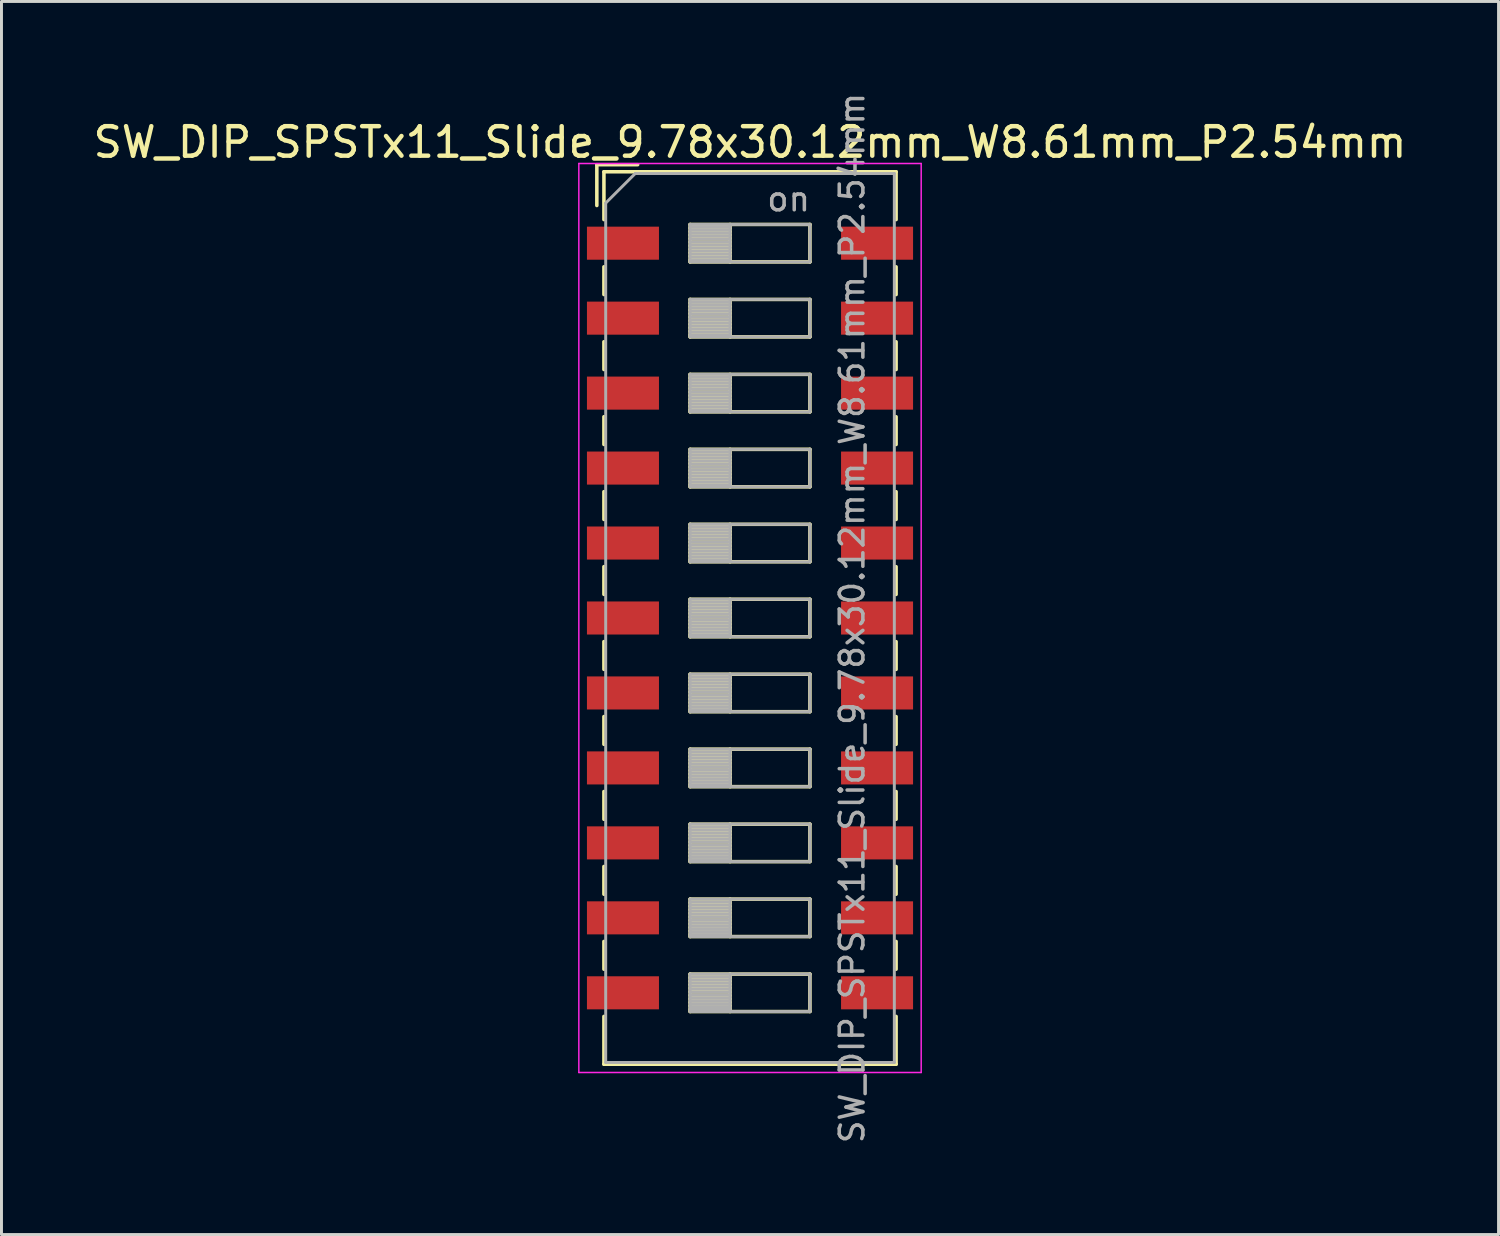
<source format=kicad_pcb>
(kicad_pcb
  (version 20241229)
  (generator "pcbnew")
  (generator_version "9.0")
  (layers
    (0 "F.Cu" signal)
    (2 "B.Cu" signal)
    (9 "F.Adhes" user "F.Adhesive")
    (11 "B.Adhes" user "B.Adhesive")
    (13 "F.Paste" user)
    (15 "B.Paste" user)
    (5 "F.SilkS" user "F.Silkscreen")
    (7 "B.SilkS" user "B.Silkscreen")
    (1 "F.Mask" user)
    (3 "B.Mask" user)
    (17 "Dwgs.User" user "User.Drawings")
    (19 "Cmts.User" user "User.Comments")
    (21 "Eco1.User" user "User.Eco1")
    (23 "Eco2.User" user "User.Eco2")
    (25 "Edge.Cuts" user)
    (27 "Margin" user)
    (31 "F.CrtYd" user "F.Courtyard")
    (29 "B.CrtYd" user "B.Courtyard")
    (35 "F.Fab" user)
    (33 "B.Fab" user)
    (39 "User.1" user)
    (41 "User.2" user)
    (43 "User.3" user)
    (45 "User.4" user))
  (footprint "SW_DIP_SPSTx11_Slide_9.78x30.12mm_W8.61mm_P2.54mm"
    (layer "F.Cu")
    (at 22.363 17.89)
    (property "Reference" "SW_DIP_SPSTx11_Slide_9.78x30.12mm_W8.61mm_P2.54mm" (at 0 -16.12 0) (layer "F.SilkS") (effects (font (size 1 1) (thickness 0.15))))
    (attr smd)
    (fp_line (start -5.19 -15.36) (end -5.19 -13.977) (stroke (width 0.12) (type solid)) (layer "F.SilkS"))
    (fp_line (start -5.19 -15.36) (end -3.806 -15.36) (stroke (width 0.12) (type solid)) (layer "F.SilkS"))
    (fp_line (start -4.95 -15.12) (end -4.95 -13.5) (stroke (width 0.12) (type solid)) (layer "F.SilkS"))
    (fp_line (start -4.95 -15.12) (end 4.95 -15.12) (stroke (width 0.12) (type solid)) (layer "F.SilkS"))
    (fp_line (start -4.95 -11.9) (end -4.95 -10.96) (stroke (width 0.12) (type solid)) (layer "F.SilkS"))
    (fp_line (start -4.95 -9.36) (end -4.95 -8.42) (stroke (width 0.12) (type solid)) (layer "F.SilkS"))
    (fp_line (start -4.95 -6.82) (end -4.95 -5.88) (stroke (width 0.12) (type solid)) (layer "F.SilkS"))
    (fp_line (start -4.95 -4.28) (end -4.95 -3.34) (stroke (width 0.12) (type solid)) (layer "F.SilkS"))
    (fp_line (start -4.95 -1.74) (end -4.95 -0.8) (stroke (width 0.12) (type solid)) (layer "F.SilkS"))
    (fp_line (start -4.95 0.8) (end -4.95 1.74) (stroke (width 0.12) (type solid)) (layer "F.SilkS"))
    (fp_line (start -4.95 3.34) (end -4.95 4.28) (stroke (width 0.12) (type solid)) (layer "F.SilkS"))
    (fp_line (start -4.95 5.88) (end -4.95 6.82) (stroke (width 0.12) (type solid)) (layer "F.SilkS"))
    (fp_line (start -4.95 8.42) (end -4.95 9.36) (stroke (width 0.12) (type solid)) (layer "F.SilkS"))
    (fp_line (start -4.95 10.96) (end -4.95 11.9) (stroke (width 0.12) (type solid)) (layer "F.SilkS"))
    (fp_line (start -4.95 13.5) (end -4.95 15.12) (stroke (width 0.12) (type solid)) (layer "F.SilkS"))
    (fp_line (start -4.95 15.12) (end 4.95 15.12) (stroke (width 0.12) (type solid)) (layer "F.SilkS"))
    (fp_line (start -2.03 -13.335) (end -2.03 -12.065) (stroke (width 0.12) (type solid)) (layer "F.SilkS"))
    (fp_line (start -2.03 -13.215) (end -0.677 -13.215) (stroke (width 0.12) (type solid)) (layer "F.SilkS"))
    (fp_line (start -2.03 -13.095) (end -0.677 -13.095) (stroke (width 0.12) (type solid)) (layer "F.SilkS"))
    (fp_line (start -2.03 -12.975) (end -0.677 -12.975) (stroke (width 0.12) (type solid)) (layer "F.SilkS"))
    (fp_line (start -2.03 -12.855) (end -0.677 -12.855) (stroke (width 0.12) (type solid)) (layer "F.SilkS"))
    (fp_line (start -2.03 -12.735) (end -0.677 -12.735) (stroke (width 0.12) (type solid)) (layer "F.SilkS"))
    (fp_line (start -2.03 -12.615) (end -0.677 -12.615) (stroke (width 0.12) (type solid)) (layer "F.SilkS"))
    (fp_line (start -2.03 -12.495) (end -0.677 -12.495) (stroke (width 0.12) (type solid)) (layer "F.SilkS"))
    (fp_line (start -2.03 -12.375) (end -0.677 -12.375) (stroke (width 0.12) (type solid)) (layer "F.SilkS"))
    (fp_line (start -2.03 -12.255) (end -0.677 -12.255) (stroke (width 0.12) (type solid)) (layer "F.SilkS"))
    (fp_line (start -2.03 -12.135) (end -0.677 -12.135) (stroke (width 0.12) (type solid)) (layer "F.SilkS"))
    (fp_line (start -2.03 -12.065) (end 2.03 -12.065) (stroke (width 0.12) (type solid)) (layer "F.SilkS"))
    (fp_line (start -2.03 -10.795) (end -2.03 -9.525) (stroke (width 0.12) (type solid)) (layer "F.SilkS"))
    (fp_line (start -2.03 -10.675) (end -0.677 -10.675) (stroke (width 0.12) (type solid)) (layer "F.SilkS"))
    (fp_line (start -2.03 -10.555) (end -0.677 -10.555) (stroke (width 0.12) (type solid)) (layer "F.SilkS"))
    (fp_line (start -2.03 -10.435) (end -0.677 -10.435) (stroke (width 0.12) (type solid)) (layer "F.SilkS"))
    (fp_line (start -2.03 -10.315) (end -0.677 -10.315) (stroke (width 0.12) (type solid)) (layer "F.SilkS"))
    (fp_line (start -2.03 -10.195) (end -0.677 -10.195) (stroke (width 0.12) (type solid)) (layer "F.SilkS"))
    (fp_line (start -2.03 -10.075) (end -0.677 -10.075) (stroke (width 0.12) (type solid)) (layer "F.SilkS"))
    (fp_line (start -2.03 -9.955) (end -0.677 -9.955) (stroke (width 0.12) (type solid)) (layer "F.SilkS"))
    (fp_line (start -2.03 -9.835) (end -0.677 -9.835) (stroke (width 0.12) (type solid)) (layer "F.SilkS"))
    (fp_line (start -2.03 -9.715) (end -0.677 -9.715) (stroke (width 0.12) (type solid)) (layer "F.SilkS"))
    (fp_line (start -2.03 -9.595) (end -0.677 -9.595) (stroke (width 0.12) (type solid)) (layer "F.SilkS"))
    (fp_line (start -2.03 -9.525) (end 2.03 -9.525) (stroke (width 0.12) (type solid)) (layer "F.SilkS"))
    (fp_line (start -2.03 -8.255) (end -2.03 -6.985) (stroke (width 0.12) (type solid)) (layer "F.SilkS"))
    (fp_line (start -2.03 -8.135) (end -0.677 -8.135) (stroke (width 0.12) (type solid)) (layer "F.SilkS"))
    (fp_line (start -2.03 -8.015) (end -0.677 -8.015) (stroke (width 0.12) (type solid)) (layer "F.SilkS"))
    (fp_line (start -2.03 -7.895) (end -0.677 -7.895) (stroke (width 0.12) (type solid)) (layer "F.SilkS"))
    (fp_line (start -2.03 -7.775) (end -0.677 -7.775) (stroke (width 0.12) (type solid)) (layer "F.SilkS"))
    (fp_line (start -2.03 -7.655) (end -0.677 -7.655) (stroke (width 0.12) (type solid)) (layer "F.SilkS"))
    (fp_line (start -2.03 -7.535) (end -0.677 -7.535) (stroke (width 0.12) (type solid)) (layer "F.SilkS"))
    (fp_line (start -2.03 -7.415) (end -0.677 -7.415) (stroke (width 0.12) (type solid)) (layer "F.SilkS"))
    (fp_line (start -2.03 -7.295) (end -0.677 -7.295) (stroke (width 0.12) (type solid)) (layer "F.SilkS"))
    (fp_line (start -2.03 -7.175) (end -0.677 -7.175) (stroke (width 0.12) (type solid)) (layer "F.SilkS"))
    (fp_line (start -2.03 -7.055) (end -0.677 -7.055) (stroke (width 0.12) (type solid)) (layer "F.SilkS"))
    (fp_line (start -2.03 -6.985) (end 2.03 -6.985) (stroke (width 0.12) (type solid)) (layer "F.SilkS"))
    (fp_line (start -2.03 -5.715) (end -2.03 -4.445) (stroke (width 0.12) (type solid)) (layer "F.SilkS"))
    (fp_line (start -2.03 -5.595) (end -0.677 -5.595) (stroke (width 0.12) (type solid)) (layer "F.SilkS"))
    (fp_line (start -2.03 -5.475) (end -0.677 -5.475) (stroke (width 0.12) (type solid)) (layer "F.SilkS"))
    (fp_line (start -2.03 -5.355) (end -0.677 -5.355) (stroke (width 0.12) (type solid)) (layer "F.SilkS"))
    (fp_line (start -2.03 -5.235) (end -0.677 -5.235) (stroke (width 0.12) (type solid)) (layer "F.SilkS"))
    (fp_line (start -2.03 -5.115) (end -0.677 -5.115) (stroke (width 0.12) (type solid)) (layer "F.SilkS"))
    (fp_line (start -2.03 -4.995) (end -0.677 -4.995) (stroke (width 0.12) (type solid)) (layer "F.SilkS"))
    (fp_line (start -2.03 -4.875) (end -0.677 -4.875) (stroke (width 0.12) (type solid)) (layer "F.SilkS"))
    (fp_line (start -2.03 -4.755) (end -0.677 -4.755) (stroke (width 0.12) (type solid)) (layer "F.SilkS"))
    (fp_line (start -2.03 -4.635) (end -0.677 -4.635) (stroke (width 0.12) (type solid)) (layer "F.SilkS"))
    (fp_line (start -2.03 -4.515) (end -0.677 -4.515) (stroke (width 0.12) (type solid)) (layer "F.SilkS"))
    (fp_line (start -2.03 -4.445) (end 2.03 -4.445) (stroke (width 0.12) (type solid)) (layer "F.SilkS"))
    (fp_line (start -2.03 -3.175) (end -2.03 -1.905) (stroke (width 0.12) (type solid)) (layer "F.SilkS"))
    (fp_line (start -2.03 -3.055) (end -0.677 -3.055) (stroke (width 0.12) (type solid)) (layer "F.SilkS"))
    (fp_line (start -2.03 -2.935) (end -0.677 -2.935) (stroke (width 0.12) (type solid)) (layer "F.SilkS"))
    (fp_line (start -2.03 -2.815) (end -0.677 -2.815) (stroke (width 0.12) (type solid)) (layer "F.SilkS"))
    (fp_line (start -2.03 -2.695) (end -0.677 -2.695) (stroke (width 0.12) (type solid)) (layer "F.SilkS"))
    (fp_line (start -2.03 -2.575) (end -0.677 -2.575) (stroke (width 0.12) (type solid)) (layer "F.SilkS"))
    (fp_line (start -2.03 -2.455) (end -0.677 -2.455) (stroke (width 0.12) (type solid)) (layer "F.SilkS"))
    (fp_line (start -2.03 -2.335) (end -0.677 -2.335) (stroke (width 0.12) (type solid)) (layer "F.SilkS"))
    (fp_line (start -2.03 -2.215) (end -0.677 -2.215) (stroke (width 0.12) (type solid)) (layer "F.SilkS"))
    (fp_line (start -2.03 -2.095) (end -0.677 -2.095) (stroke (width 0.12) (type solid)) (layer "F.SilkS"))
    (fp_line (start -2.03 -1.975) (end -0.677 -1.975) (stroke (width 0.12) (type solid)) (layer "F.SilkS"))
    (fp_line (start -2.03 -1.905) (end 2.03 -1.905) (stroke (width 0.12) (type solid)) (layer "F.SilkS"))
    (fp_line (start -2.03 -0.635) (end -2.03 0.635) (stroke (width 0.12) (type solid)) (layer "F.SilkS"))
    (fp_line (start -2.03 -0.515) (end -0.677 -0.515) (stroke (width 0.12) (type solid)) (layer "F.SilkS"))
    (fp_line (start -2.03 -0.395) (end -0.677 -0.395) (stroke (width 0.12) (type solid)) (layer "F.SilkS"))
    (fp_line (start -2.03 -0.275) (end -0.677 -0.275) (stroke (width 0.12) (type solid)) (layer "F.SilkS"))
    (fp_line (start -2.03 -0.155) (end -0.677 -0.155) (stroke (width 0.12) (type solid)) (layer "F.SilkS"))
    (fp_line (start -2.03 -0.035) (end -0.677 -0.035) (stroke (width 0.12) (type solid)) (layer "F.SilkS"))
    (fp_line (start -2.03 0.085) (end -0.677 0.085) (stroke (width 0.12) (type solid)) (layer "F.SilkS"))
    (fp_line (start -2.03 0.205) (end -0.677 0.205) (stroke (width 0.12) (type solid)) (layer "F.SilkS"))
    (fp_line (start -2.03 0.325) (end -0.677 0.325) (stroke (width 0.12) (type solid)) (layer "F.SilkS"))
    (fp_line (start -2.03 0.445) (end -0.677 0.445) (stroke (width 0.12) (type solid)) (layer "F.SilkS"))
    (fp_line (start -2.03 0.565) (end -0.677 0.565) (stroke (width 0.12) (type solid)) (layer "F.SilkS"))
    (fp_line (start -2.03 0.635) (end 2.03 0.635) (stroke (width 0.12) (type solid)) (layer "F.SilkS"))
    (fp_line (start -2.03 1.905) (end -2.03 3.175) (stroke (width 0.12) (type solid)) (layer "F.SilkS"))
    (fp_line (start -2.03 2.025) (end -0.677 2.025) (stroke (width 0.12) (type solid)) (layer "F.SilkS"))
    (fp_line (start -2.03 2.145) (end -0.677 2.145) (stroke (width 0.12) (type solid)) (layer "F.SilkS"))
    (fp_line (start -2.03 2.265) (end -0.677 2.265) (stroke (width 0.12) (type solid)) (layer "F.SilkS"))
    (fp_line (start -2.03 2.385) (end -0.677 2.385) (stroke (width 0.12) (type solid)) (layer "F.SilkS"))
    (fp_line (start -2.03 2.505) (end -0.677 2.505) (stroke (width 0.12) (type solid)) (layer "F.SilkS"))
    (fp_line (start -2.03 2.625) (end -0.677 2.625) (stroke (width 0.12) (type solid)) (layer "F.SilkS"))
    (fp_line (start -2.03 2.745) (end -0.677 2.745) (stroke (width 0.12) (type solid)) (layer "F.SilkS"))
    (fp_line (start -2.03 2.865) (end -0.677 2.865) (stroke (width 0.12) (type solid)) (layer "F.SilkS"))
    (fp_line (start -2.03 2.985) (end -0.677 2.985) (stroke (width 0.12) (type solid)) (layer "F.SilkS"))
    (fp_line (start -2.03 3.105) (end -0.677 3.105) (stroke (width 0.12) (type solid)) (layer "F.SilkS"))
    (fp_line (start -2.03 3.175) (end 2.03 3.175) (stroke (width 0.12) (type solid)) (layer "F.SilkS"))
    (fp_line (start -2.03 4.445) (end -2.03 5.715) (stroke (width 0.12) (type solid)) (layer "F.SilkS"))
    (fp_line (start -2.03 4.565) (end -0.677 4.565) (stroke (width 0.12) (type solid)) (layer "F.SilkS"))
    (fp_line (start -2.03 4.685) (end -0.677 4.685) (stroke (width 0.12) (type solid)) (layer "F.SilkS"))
    (fp_line (start -2.03 4.805) (end -0.677 4.805) (stroke (width 0.12) (type solid)) (layer "F.SilkS"))
    (fp_line (start -2.03 4.925) (end -0.677 4.925) (stroke (width 0.12) (type solid)) (layer "F.SilkS"))
    (fp_line (start -2.03 5.045) (end -0.677 5.045) (stroke (width 0.12) (type solid)) (layer "F.SilkS"))
    (fp_line (start -2.03 5.165) (end -0.677 5.165) (stroke (width 0.12) (type solid)) (layer "F.SilkS"))
    (fp_line (start -2.03 5.285) (end -0.677 5.285) (stroke (width 0.12) (type solid)) (layer "F.SilkS"))
    (fp_line (start -2.03 5.405) (end -0.677 5.405) (stroke (width 0.12) (type solid)) (layer "F.SilkS"))
    (fp_line (start -2.03 5.525) (end -0.677 5.525) (stroke (width 0.12) (type solid)) (layer "F.SilkS"))
    (fp_line (start -2.03 5.645) (end -0.677 5.645) (stroke (width 0.12) (type solid)) (layer "F.SilkS"))
    (fp_line (start -2.03 5.715) (end 2.03 5.715) (stroke (width 0.12) (type solid)) (layer "F.SilkS"))
    (fp_line (start -2.03 6.985) (end -2.03 8.255) (stroke (width 0.12) (type solid)) (layer "F.SilkS"))
    (fp_line (start -2.03 7.105) (end -0.677 7.105) (stroke (width 0.12) (type solid)) (layer "F.SilkS"))
    (fp_line (start -2.03 7.225) (end -0.677 7.225) (stroke (width 0.12) (type solid)) (layer "F.SilkS"))
    (fp_line (start -2.03 7.345) (end -0.677 7.345) (stroke (width 0.12) (type solid)) (layer "F.SilkS"))
    (fp_line (start -2.03 7.465) (end -0.677 7.465) (stroke (width 0.12) (type solid)) (layer "F.SilkS"))
    (fp_line (start -2.03 7.585) (end -0.677 7.585) (stroke (width 0.12) (type solid)) (layer "F.SilkS"))
    (fp_line (start -2.03 7.705) (end -0.677 7.705) (stroke (width 0.12) (type solid)) (layer "F.SilkS"))
    (fp_line (start -2.03 7.825) (end -0.677 7.825) (stroke (width 0.12) (type solid)) (layer "F.SilkS"))
    (fp_line (start -2.03 7.945) (end -0.677 7.945) (stroke (width 0.12) (type solid)) (layer "F.SilkS"))
    (fp_line (start -2.03 8.065) (end -0.677 8.065) (stroke (width 0.12) (type solid)) (layer "F.SilkS"))
    (fp_line (start -2.03 8.185) (end -0.677 8.185) (stroke (width 0.12) (type solid)) (layer "F.SilkS"))
    (fp_line (start -2.03 8.255) (end 2.03 8.255) (stroke (width 0.12) (type solid)) (layer "F.SilkS"))
    (fp_line (start -2.03 9.525) (end -2.03 10.795) (stroke (width 0.12) (type solid)) (layer "F.SilkS"))
    (fp_line (start -2.03 9.645) (end -0.677 9.645) (stroke (width 0.12) (type solid)) (layer "F.SilkS"))
    (fp_line (start -2.03 9.765) (end -0.677 9.765) (stroke (width 0.12) (type solid)) (layer "F.SilkS"))
    (fp_line (start -2.03 9.885) (end -0.677 9.885) (stroke (width 0.12) (type solid)) (layer "F.SilkS"))
    (fp_line (start -2.03 10.005) (end -0.677 10.005) (stroke (width 0.12) (type solid)) (layer "F.SilkS"))
    (fp_line (start -2.03 10.125) (end -0.677 10.125) (stroke (width 0.12) (type solid)) (layer "F.SilkS"))
    (fp_line (start -2.03 10.245) (end -0.677 10.245) (stroke (width 0.12) (type solid)) (layer "F.SilkS"))
    (fp_line (start -2.03 10.365) (end -0.677 10.365) (stroke (width 0.12) (type solid)) (layer "F.SilkS"))
    (fp_line (start -2.03 10.485) (end -0.677 10.485) (stroke (width 0.12) (type solid)) (layer "F.SilkS"))
    (fp_line (start -2.03 10.605) (end -0.677 10.605) (stroke (width 0.12) (type solid)) (layer "F.SilkS"))
    (fp_line (start -2.03 10.725) (end -0.677 10.725) (stroke (width 0.12) (type solid)) (layer "F.SilkS"))
    (fp_line (start -2.03 10.795) (end 2.03 10.795) (stroke (width 0.12) (type solid)) (layer "F.SilkS"))
    (fp_line (start -2.03 12.065) (end -2.03 13.335) (stroke (width 0.12) (type solid)) (layer "F.SilkS"))
    (fp_line (start -2.03 12.185) (end -0.677 12.185) (stroke (width 0.12) (type solid)) (layer "F.SilkS"))
    (fp_line (start -2.03 12.305) (end -0.677 12.305) (stroke (width 0.12) (type solid)) (layer "F.SilkS"))
    (fp_line (start -2.03 12.425) (end -0.677 12.425) (stroke (width 0.12) (type solid)) (layer "F.SilkS"))
    (fp_line (start -2.03 12.545) (end -0.677 12.545) (stroke (width 0.12) (type solid)) (layer "F.SilkS"))
    (fp_line (start -2.03 12.665) (end -0.677 12.665) (stroke (width 0.12) (type solid)) (layer "F.SilkS"))
    (fp_line (start -2.03 12.785) (end -0.677 12.785) (stroke (width 0.12) (type solid)) (layer "F.SilkS"))
    (fp_line (start -2.03 12.905) (end -0.677 12.905) (stroke (width 0.12) (type solid)) (layer "F.SilkS"))
    (fp_line (start -2.03 13.025) (end -0.677 13.025) (stroke (width 0.12) (type solid)) (layer "F.SilkS"))
    (fp_line (start -2.03 13.145) (end -0.677 13.145) (stroke (width 0.12) (type solid)) (layer "F.SilkS"))
    (fp_line (start -2.03 13.265) (end -0.677 13.265) (stroke (width 0.12) (type solid)) (layer "F.SilkS"))
    (fp_line (start -2.03 13.335) (end 2.03 13.335) (stroke (width 0.12) (type solid)) (layer "F.SilkS"))
    (fp_line (start -0.677 -13.335) (end -0.677 -12.065) (stroke (width 0.12) (type solid)) (layer "F.SilkS"))
    (fp_line (start -0.677 -10.795) (end -0.677 -9.525) (stroke (width 0.12) (type solid)) (layer "F.SilkS"))
    (fp_line (start -0.677 -8.255) (end -0.677 -6.985) (stroke (width 0.12) (type solid)) (layer "F.SilkS"))
    (fp_line (start -0.677 -5.715) (end -0.677 -4.445) (stroke (width 0.12) (type solid)) (layer "F.SilkS"))
    (fp_line (start -0.677 -3.175) (end -0.677 -1.905) (stroke (width 0.12) (type solid)) (layer "F.SilkS"))
    (fp_line (start -0.677 -0.635) (end -0.677 0.635) (stroke (width 0.12) (type solid)) (layer "F.SilkS"))
    (fp_line (start -0.677 1.905) (end -0.677 3.175) (stroke (width 0.12) (type solid)) (layer "F.SilkS"))
    (fp_line (start -0.677 4.445) (end -0.677 5.715) (stroke (width 0.12) (type solid)) (layer "F.SilkS"))
    (fp_line (start -0.677 6.985) (end -0.677 8.255) (stroke (width 0.12) (type solid)) (layer "F.SilkS"))
    (fp_line (start -0.677 9.525) (end -0.677 10.795) (stroke (width 0.12) (type solid)) (layer "F.SilkS"))
    (fp_line (start -0.677 12.065) (end -0.677 13.335) (stroke (width 0.12) (type solid)) (layer "F.SilkS"))
    (fp_line (start 2.03 -13.335) (end -2.03 -13.335) (stroke (width 0.12) (type solid)) (layer "F.SilkS"))
    (fp_line (start 2.03 -12.065) (end 2.03 -13.335) (stroke (width 0.12) (type solid)) (layer "F.SilkS"))
    (fp_line (start 2.03 -10.795) (end -2.03 -10.795) (stroke (width 0.12) (type solid)) (layer "F.SilkS"))
    (fp_line (start 2.03 -9.525) (end 2.03 -10.795) (stroke (width 0.12) (type solid)) (layer "F.SilkS"))
    (fp_line (start 2.03 -8.255) (end -2.03 -8.255) (stroke (width 0.12) (type solid)) (layer "F.SilkS"))
    (fp_line (start 2.03 -6.985) (end 2.03 -8.255) (stroke (width 0.12) (type solid)) (layer "F.SilkS"))
    (fp_line (start 2.03 -5.715) (end -2.03 -5.715) (stroke (width 0.12) (type solid)) (layer "F.SilkS"))
    (fp_line (start 2.03 -4.445) (end 2.03 -5.715) (stroke (width 0.12) (type solid)) (layer "F.SilkS"))
    (fp_line (start 2.03 -3.175) (end -2.03 -3.175) (stroke (width 0.12) (type solid)) (layer "F.SilkS"))
    (fp_line (start 2.03 -1.905) (end 2.03 -3.175) (stroke (width 0.12) (type solid)) (layer "F.SilkS"))
    (fp_line (start 2.03 -0.635) (end -2.03 -0.635) (stroke (width 0.12) (type solid)) (layer "F.SilkS"))
    (fp_line (start 2.03 0.635) (end 2.03 -0.635) (stroke (width 0.12) (type solid)) (layer "F.SilkS"))
    (fp_line (start 2.03 1.905) (end -2.03 1.905) (stroke (width 0.12) (type solid)) (layer "F.SilkS"))
    (fp_line (start 2.03 3.175) (end 2.03 1.905) (stroke (width 0.12) (type solid)) (layer "F.SilkS"))
    (fp_line (start 2.03 4.445) (end -2.03 4.445) (stroke (width 0.12) (type solid)) (layer "F.SilkS"))
    (fp_line (start 2.03 5.715) (end 2.03 4.445) (stroke (width 0.12) (type solid)) (layer "F.SilkS"))
    (fp_line (start 2.03 6.985) (end -2.03 6.985) (stroke (width 0.12) (type solid)) (layer "F.SilkS"))
    (fp_line (start 2.03 8.255) (end 2.03 6.985) (stroke (width 0.12) (type solid)) (layer "F.SilkS"))
    (fp_line (start 2.03 9.525) (end -2.03 9.525) (stroke (width 0.12) (type solid)) (layer "F.SilkS"))
    (fp_line (start 2.03 10.795) (end 2.03 9.525) (stroke (width 0.12) (type solid)) (layer "F.SilkS"))
    (fp_line (start 2.03 12.065) (end -2.03 12.065) (stroke (width 0.12) (type solid)) (layer "F.SilkS"))
    (fp_line (start 2.03 13.335) (end 2.03 12.065) (stroke (width 0.12) (type solid)) (layer "F.SilkS"))
    (fp_line (start 4.95 -15.12) (end 4.95 -13.5) (stroke (width 0.12) (type solid)) (layer "F.SilkS"))
    (fp_line (start 4.95 -11.899) (end 4.95 -10.959) (stroke (width 0.12) (type solid)) (layer "F.SilkS"))
    (fp_line (start 4.95 -9.359) (end 4.95 -8.419) (stroke (width 0.12) (type solid)) (layer "F.SilkS"))
    (fp_line (start 4.95 -6.819) (end 4.95 -5.879) (stroke (width 0.12) (type solid)) (layer "F.SilkS"))
    (fp_line (start 4.95 -4.279) (end 4.95 -3.339) (stroke (width 0.12) (type solid)) (layer "F.SilkS"))
    (fp_line (start 4.95 -1.739) (end 4.95 -0.799) (stroke (width 0.12) (type solid)) (layer "F.SilkS"))
    (fp_line (start 4.95 0.801) (end 4.95 1.741) (stroke (width 0.12) (type solid)) (layer "F.SilkS"))
    (fp_line (start 4.95 3.341) (end 4.95 4.28) (stroke (width 0.12) (type solid)) (layer "F.SilkS"))
    (fp_line (start 4.95 5.88) (end 4.95 6.82) (stroke (width 0.12) (type solid)) (layer "F.SilkS"))
    (fp_line (start 4.95 8.42) (end 4.95 9.36) (stroke (width 0.12) (type solid)) (layer "F.SilkS"))
    (fp_line (start 4.95 10.96) (end 4.95 11.9) (stroke (width 0.12) (type solid)) (layer "F.SilkS"))
    (fp_line (start 4.95 13.5) (end 4.95 15.12) (stroke (width 0.12) (type solid)) (layer "F.SilkS"))
    (fp_line (start -5.8 -15.4) (end -5.8 15.4) (stroke (width 0.05) (type solid)) (layer "F.CrtYd"))
    (fp_line (start -5.8 15.4) (end 5.8 15.4) (stroke (width 0.05) (type solid)) (layer "F.CrtYd"))
    (fp_line (start 5.8 -15.4) (end -5.8 -15.4) (stroke (width 0.05) (type solid)) (layer "F.CrtYd"))
    (fp_line (start 5.8 15.4) (end 5.8 -15.4) (stroke (width 0.05) (type solid)) (layer "F.CrtYd"))
    (fp_line (start -4.89 -14.06) (end -3.89 -15.06) (stroke (width 0.1) (type solid)) (layer "F.Fab"))
    (fp_line (start -4.89 15.06) (end -4.89 -14.06) (stroke (width 0.1) (type solid)) (layer "F.Fab"))
    (fp_line (start -3.89 -15.06) (end 4.89 -15.06) (stroke (width 0.1) (type solid)) (layer "F.Fab"))
    (fp_line (start -2.03 -13.335) (end -2.03 -12.065) (stroke (width 0.1) (type solid)) (layer "F.Fab"))
    (fp_line (start -2.03 -13.235) (end -0.677 -13.235) (stroke (width 0.1) (type solid)) (layer "F.Fab"))
    (fp_line (start -2.03 -13.135) (end -0.677 -13.135) (stroke (width 0.1) (type solid)) (layer "F.Fab"))
    (fp_line (start -2.03 -13.035) (end -0.677 -13.035) (stroke (width 0.1) (type solid)) (layer "F.Fab"))
    (fp_line (start -2.03 -12.935) (end -0.677 -12.935) (stroke (width 0.1) (type solid)) (layer "F.Fab"))
    (fp_line (start -2.03 -12.835) (end -0.677 -12.835) (stroke (width 0.1) (type solid)) (layer "F.Fab"))
    (fp_line (start -2.03 -12.735) (end -0.677 -12.735) (stroke (width 0.1) (type solid)) (layer "F.Fab"))
    (fp_line (start -2.03 -12.635) (end -0.677 -12.635) (stroke (width 0.1) (type solid)) (layer "F.Fab"))
    (fp_line (start -2.03 -12.535) (end -0.677 -12.535) (stroke (width 0.1) (type solid)) (layer "F.Fab"))
    (fp_line (start -2.03 -12.435) (end -0.677 -12.435) (stroke (width 0.1) (type solid)) (layer "F.Fab"))
    (fp_line (start -2.03 -12.335) (end -0.677 -12.335) (stroke (width 0.1) (type solid)) (layer "F.Fab"))
    (fp_line (start -2.03 -12.235) (end -0.677 -12.235) (stroke (width 0.1) (type solid)) (layer "F.Fab"))
    (fp_line (start -2.03 -12.135) (end -0.677 -12.135) (stroke (width 0.1) (type solid)) (layer "F.Fab"))
    (fp_line (start -2.03 -12.065) (end 2.03 -12.065) (stroke (width 0.1) (type solid)) (layer "F.Fab"))
    (fp_line (start -2.03 -10.795) (end -2.03 -9.525) (stroke (width 0.1) (type solid)) (layer "F.Fab"))
    (fp_line (start -2.03 -10.695) (end -0.677 -10.695) (stroke (width 0.1) (type solid)) (layer "F.Fab"))
    (fp_line (start -2.03 -10.595) (end -0.677 -10.595) (stroke (width 0.1) (type solid)) (layer "F.Fab"))
    (fp_line (start -2.03 -10.495) (end -0.677 -10.495) (stroke (width 0.1) (type solid)) (layer "F.Fab"))
    (fp_line (start -2.03 -10.395) (end -0.677 -10.395) (stroke (width 0.1) (type solid)) (layer "F.Fab"))
    (fp_line (start -2.03 -10.295) (end -0.677 -10.295) (stroke (width 0.1) (type solid)) (layer "F.Fab"))
    (fp_line (start -2.03 -10.195) (end -0.677 -10.195) (stroke (width 0.1) (type solid)) (layer "F.Fab"))
    (fp_line (start -2.03 -10.095) (end -0.677 -10.095) (stroke (width 0.1) (type solid)) (layer "F.Fab"))
    (fp_line (start -2.03 -9.995) (end -0.677 -9.995) (stroke (width 0.1) (type solid)) (layer "F.Fab"))
    (fp_line (start -2.03 -9.895) (end -0.677 -9.895) (stroke (width 0.1) (type solid)) (layer "F.Fab"))
    (fp_line (start -2.03 -9.795) (end -0.677 -9.795) (stroke (width 0.1) (type solid)) (layer "F.Fab"))
    (fp_line (start -2.03 -9.695) (end -0.677 -9.695) (stroke (width 0.1) (type solid)) (layer "F.Fab"))
    (fp_line (start -2.03 -9.595) (end -0.677 -9.595) (stroke (width 0.1) (type solid)) (layer "F.Fab"))
    (fp_line (start -2.03 -9.525) (end 2.03 -9.525) (stroke (width 0.1) (type solid)) (layer "F.Fab"))
    (fp_line (start -2.03 -8.255) (end -2.03 -6.985) (stroke (width 0.1) (type solid)) (layer "F.Fab"))
    (fp_line (start -2.03 -8.155) (end -0.677 -8.155) (stroke (width 0.1) (type solid)) (layer "F.Fab"))
    (fp_line (start -2.03 -8.055) (end -0.677 -8.055) (stroke (width 0.1) (type solid)) (layer "F.Fab"))
    (fp_line (start -2.03 -7.955) (end -0.677 -7.955) (stroke (width 0.1) (type solid)) (layer "F.Fab"))
    (fp_line (start -2.03 -7.855) (end -0.677 -7.855) (stroke (width 0.1) (type solid)) (layer "F.Fab"))
    (fp_line (start -2.03 -7.755) (end -0.677 -7.755) (stroke (width 0.1) (type solid)) (layer "F.Fab"))
    (fp_line (start -2.03 -7.655) (end -0.677 -7.655) (stroke (width 0.1) (type solid)) (layer "F.Fab"))
    (fp_line (start -2.03 -7.555) (end -0.677 -7.555) (stroke (width 0.1) (type solid)) (layer "F.Fab"))
    (fp_line (start -2.03 -7.455) (end -0.677 -7.455) (stroke (width 0.1) (type solid)) (layer "F.Fab"))
    (fp_line (start -2.03 -7.355) (end -0.677 -7.355) (stroke (width 0.1) (type solid)) (layer "F.Fab"))
    (fp_line (start -2.03 -7.255) (end -0.677 -7.255) (stroke (width 0.1) (type solid)) (layer "F.Fab"))
    (fp_line (start -2.03 -7.155) (end -0.677 -7.155) (stroke (width 0.1) (type solid)) (layer "F.Fab"))
    (fp_line (start -2.03 -7.055) (end -0.677 -7.055) (stroke (width 0.1) (type solid)) (layer "F.Fab"))
    (fp_line (start -2.03 -6.985) (end 2.03 -6.985) (stroke (width 0.1) (type solid)) (layer "F.Fab"))
    (fp_line (start -2.03 -5.715) (end -2.03 -4.445) (stroke (width 0.1) (type solid)) (layer "F.Fab"))
    (fp_line (start -2.03 -5.615) (end -0.677 -5.615) (stroke (width 0.1) (type solid)) (layer "F.Fab"))
    (fp_line (start -2.03 -5.515) (end -0.677 -5.515) (stroke (width 0.1) (type solid)) (layer "F.Fab"))
    (fp_line (start -2.03 -5.415) (end -0.677 -5.415) (stroke (width 0.1) (type solid)) (layer "F.Fab"))
    (fp_line (start -2.03 -5.315) (end -0.677 -5.315) (stroke (width 0.1) (type solid)) (layer "F.Fab"))
    (fp_line (start -2.03 -5.215) (end -0.677 -5.215) (stroke (width 0.1) (type solid)) (layer "F.Fab"))
    (fp_line (start -2.03 -5.115) (end -0.677 -5.115) (stroke (width 0.1) (type solid)) (layer "F.Fab"))
    (fp_line (start -2.03 -5.015) (end -0.677 -5.015) (stroke (width 0.1) (type solid)) (layer "F.Fab"))
    (fp_line (start -2.03 -4.915) (end -0.677 -4.915) (stroke (width 0.1) (type solid)) (layer "F.Fab"))
    (fp_line (start -2.03 -4.815) (end -0.677 -4.815) (stroke (width 0.1) (type solid)) (layer "F.Fab"))
    (fp_line (start -2.03 -4.715) (end -0.677 -4.715) (stroke (width 0.1) (type solid)) (layer "F.Fab"))
    (fp_line (start -2.03 -4.615) (end -0.677 -4.615) (stroke (width 0.1) (type solid)) (layer "F.Fab"))
    (fp_line (start -2.03 -4.515) (end -0.677 -4.515) (stroke (width 0.1) (type solid)) (layer "F.Fab"))
    (fp_line (start -2.03 -4.445) (end 2.03 -4.445) (stroke (width 0.1) (type solid)) (layer "F.Fab"))
    (fp_line (start -2.03 -3.175) (end -2.03 -1.905) (stroke (width 0.1) (type solid)) (layer "F.Fab"))
    (fp_line (start -2.03 -3.075) (end -0.677 -3.075) (stroke (width 0.1) (type solid)) (layer "F.Fab"))
    (fp_line (start -2.03 -2.975) (end -0.677 -2.975) (stroke (width 0.1) (type solid)) (layer "F.Fab"))
    (fp_line (start -2.03 -2.875) (end -0.677 -2.875) (stroke (width 0.1) (type solid)) (layer "F.Fab"))
    (fp_line (start -2.03 -2.775) (end -0.677 -2.775) (stroke (width 0.1) (type solid)) (layer "F.Fab"))
    (fp_line (start -2.03 -2.675) (end -0.677 -2.675) (stroke (width 0.1) (type solid)) (layer "F.Fab"))
    (fp_line (start -2.03 -2.575) (end -0.677 -2.575) (stroke (width 0.1) (type solid)) (layer "F.Fab"))
    (fp_line (start -2.03 -2.475) (end -0.677 -2.475) (stroke (width 0.1) (type solid)) (layer "F.Fab"))
    (fp_line (start -2.03 -2.375) (end -0.677 -2.375) (stroke (width 0.1) (type solid)) (layer "F.Fab"))
    (fp_line (start -2.03 -2.275) (end -0.677 -2.275) (stroke (width 0.1) (type solid)) (layer "F.Fab"))
    (fp_line (start -2.03 -2.175) (end -0.677 -2.175) (stroke (width 0.1) (type solid)) (layer "F.Fab"))
    (fp_line (start -2.03 -2.075) (end -0.677 -2.075) (stroke (width 0.1) (type solid)) (layer "F.Fab"))
    (fp_line (start -2.03 -1.975) (end -0.677 -1.975) (stroke (width 0.1) (type solid)) (layer "F.Fab"))
    (fp_line (start -2.03 -1.905) (end 2.03 -1.905) (stroke (width 0.1) (type solid)) (layer "F.Fab"))
    (fp_line (start -2.03 -0.635) (end -2.03 0.635) (stroke (width 0.1) (type solid)) (layer "F.Fab"))
    (fp_line (start -2.03 -0.535) (end -0.677 -0.535) (stroke (width 0.1) (type solid)) (layer "F.Fab"))
    (fp_line (start -2.03 -0.435) (end -0.677 -0.435) (stroke (width 0.1) (type solid)) (layer "F.Fab"))
    (fp_line (start -2.03 -0.335) (end -0.677 -0.335) (stroke (width 0.1) (type solid)) (layer "F.Fab"))
    (fp_line (start -2.03 -0.235) (end -0.677 -0.235) (stroke (width 0.1) (type solid)) (layer "F.Fab"))
    (fp_line (start -2.03 -0.135) (end -0.677 -0.135) (stroke (width 0.1) (type solid)) (layer "F.Fab"))
    (fp_line (start -2.03 -0.035) (end -0.677 -0.035) (stroke (width 0.1) (type solid)) (layer "F.Fab"))
    (fp_line (start -2.03 0.065) (end -0.677 0.065) (stroke (width 0.1) (type solid)) (layer "F.Fab"))
    (fp_line (start -2.03 0.165) (end -0.677 0.165) (stroke (width 0.1) (type solid)) (layer "F.Fab"))
    (fp_line (start -2.03 0.265) (end -0.677 0.265) (stroke (width 0.1) (type solid)) (layer "F.Fab"))
    (fp_line (start -2.03 0.365) (end -0.677 0.365) (stroke (width 0.1) (type solid)) (layer "F.Fab"))
    (fp_line (start -2.03 0.465) (end -0.677 0.465) (stroke (width 0.1) (type solid)) (layer "F.Fab"))
    (fp_line (start -2.03 0.565) (end -0.677 0.565) (stroke (width 0.1) (type solid)) (layer "F.Fab"))
    (fp_line (start -2.03 0.635) (end 2.03 0.635) (stroke (width 0.1) (type solid)) (layer "F.Fab"))
    (fp_line (start -2.03 1.905) (end -2.03 3.175) (stroke (width 0.1) (type solid)) (layer "F.Fab"))
    (fp_line (start -2.03 2.005) (end -0.677 2.005) (stroke (width 0.1) (type solid)) (layer "F.Fab"))
    (fp_line (start -2.03 2.105) (end -0.677 2.105) (stroke (width 0.1) (type solid)) (layer "F.Fab"))
    (fp_line (start -2.03 2.205) (end -0.677 2.205) (stroke (width 0.1) (type solid)) (layer "F.Fab"))
    (fp_line (start -2.03 2.305) (end -0.677 2.305) (stroke (width 0.1) (type solid)) (layer "F.Fab"))
    (fp_line (start -2.03 2.405) (end -0.677 2.405) (stroke (width 0.1) (type solid)) (layer "F.Fab"))
    (fp_line (start -2.03 2.505) (end -0.677 2.505) (stroke (width 0.1) (type solid)) (layer "F.Fab"))
    (fp_line (start -2.03 2.605) (end -0.677 2.605) (stroke (width 0.1) (type solid)) (layer "F.Fab"))
    (fp_line (start -2.03 2.705) (end -0.677 2.705) (stroke (width 0.1) (type solid)) (layer "F.Fab"))
    (fp_line (start -2.03 2.805) (end -0.677 2.805) (stroke (width 0.1) (type solid)) (layer "F.Fab"))
    (fp_line (start -2.03 2.905) (end -0.677 2.905) (stroke (width 0.1) (type solid)) (layer "F.Fab"))
    (fp_line (start -2.03 3.005) (end -0.677 3.005) (stroke (width 0.1) (type solid)) (layer "F.Fab"))
    (fp_line (start -2.03 3.105) (end -0.677 3.105) (stroke (width 0.1) (type solid)) (layer "F.Fab"))
    (fp_line (start -2.03 3.175) (end 2.03 3.175) (stroke (width 0.1) (type solid)) (layer "F.Fab"))
    (fp_line (start -2.03 4.445) (end -2.03 5.715) (stroke (width 0.1) (type solid)) (layer "F.Fab"))
    (fp_line (start -2.03 4.545) (end -0.677 4.545) (stroke (width 0.1) (type solid)) (layer "F.Fab"))
    (fp_line (start -2.03 4.645) (end -0.677 4.645) (stroke (width 0.1) (type solid)) (layer "F.Fab"))
    (fp_line (start -2.03 4.745) (end -0.677 4.745) (stroke (width 0.1) (type solid)) (layer "F.Fab"))
    (fp_line (start -2.03 4.845) (end -0.677 4.845) (stroke (width 0.1) (type solid)) (layer "F.Fab"))
    (fp_line (start -2.03 4.945) (end -0.677 4.945) (stroke (width 0.1) (type solid)) (layer "F.Fab"))
    (fp_line (start -2.03 5.045) (end -0.677 5.045) (stroke (width 0.1) (type solid)) (layer "F.Fab"))
    (fp_line (start -2.03 5.145) (end -0.677 5.145) (stroke (width 0.1) (type solid)) (layer "F.Fab"))
    (fp_line (start -2.03 5.245) (end -0.677 5.245) (stroke (width 0.1) (type solid)) (layer "F.Fab"))
    (fp_line (start -2.03 5.345) (end -0.677 5.345) (stroke (width 0.1) (type solid)) (layer "F.Fab"))
    (fp_line (start -2.03 5.445) (end -0.677 5.445) (stroke (width 0.1) (type solid)) (layer "F.Fab"))
    (fp_line (start -2.03 5.545) (end -0.677 5.545) (stroke (width 0.1) (type solid)) (layer "F.Fab"))
    (fp_line (start -2.03 5.645) (end -0.677 5.645) (stroke (width 0.1) (type solid)) (layer "F.Fab"))
    (fp_line (start -2.03 5.715) (end 2.03 5.715) (stroke (width 0.1) (type solid)) (layer "F.Fab"))
    (fp_line (start -2.03 6.985) (end -2.03 8.255) (stroke (width 0.1) (type solid)) (layer "F.Fab"))
    (fp_line (start -2.03 7.085) (end -0.677 7.085) (stroke (width 0.1) (type solid)) (layer "F.Fab"))
    (fp_line (start -2.03 7.185) (end -0.677 7.185) (stroke (width 0.1) (type solid)) (layer "F.Fab"))
    (fp_line (start -2.03 7.285) (end -0.677 7.285) (stroke (width 0.1) (type solid)) (layer "F.Fab"))
    (fp_line (start -2.03 7.385) (end -0.677 7.385) (stroke (width 0.1) (type solid)) (layer "F.Fab"))
    (fp_line (start -2.03 7.485) (end -0.677 7.485) (stroke (width 0.1) (type solid)) (layer "F.Fab"))
    (fp_line (start -2.03 7.585) (end -0.677 7.585) (stroke (width 0.1) (type solid)) (layer "F.Fab"))
    (fp_line (start -2.03 7.685) (end -0.677 7.685) (stroke (width 0.1) (type solid)) (layer "F.Fab"))
    (fp_line (start -2.03 7.785) (end -0.677 7.785) (stroke (width 0.1) (type solid)) (layer "F.Fab"))
    (fp_line (start -2.03 7.885) (end -0.677 7.885) (stroke (width 0.1) (type solid)) (layer "F.Fab"))
    (fp_line (start -2.03 7.985) (end -0.677 7.985) (stroke (width 0.1) (type solid)) (layer "F.Fab"))
    (fp_line (start -2.03 8.085) (end -0.677 8.085) (stroke (width 0.1) (type solid)) (layer "F.Fab"))
    (fp_line (start -2.03 8.185) (end -0.677 8.185) (stroke (width 0.1) (type solid)) (layer "F.Fab"))
    (fp_line (start -2.03 8.255) (end 2.03 8.255) (stroke (width 0.1) (type solid)) (layer "F.Fab"))
    (fp_line (start -2.03 9.525) (end -2.03 10.795) (stroke (width 0.1) (type solid)) (layer "F.Fab"))
    (fp_line (start -2.03 9.625) (end -0.677 9.625) (stroke (width 0.1) (type solid)) (layer "F.Fab"))
    (fp_line (start -2.03 9.725) (end -0.677 9.725) (stroke (width 0.1) (type solid)) (layer "F.Fab"))
    (fp_line (start -2.03 9.825) (end -0.677 9.825) (stroke (width 0.1) (type solid)) (layer "F.Fab"))
    (fp_line (start -2.03 9.925) (end -0.677 9.925) (stroke (width 0.1) (type solid)) (layer "F.Fab"))
    (fp_line (start -2.03 10.025) (end -0.677 10.025) (stroke (width 0.1) (type solid)) (layer "F.Fab"))
    (fp_line (start -2.03 10.125) (end -0.677 10.125) (stroke (width 0.1) (type solid)) (layer "F.Fab"))
    (fp_line (start -2.03 10.225) (end -0.677 10.225) (stroke (width 0.1) (type solid)) (layer "F.Fab"))
    (fp_line (start -2.03 10.325) (end -0.677 10.325) (stroke (width 0.1) (type solid)) (layer "F.Fab"))
    (fp_line (start -2.03 10.425) (end -0.677 10.425) (stroke (width 0.1) (type solid)) (layer "F.Fab"))
    (fp_line (start -2.03 10.525) (end -0.677 10.525) (stroke (width 0.1) (type solid)) (layer "F.Fab"))
    (fp_line (start -2.03 10.625) (end -0.677 10.625) (stroke (width 0.1) (type solid)) (layer "F.Fab"))
    (fp_line (start -2.03 10.725) (end -0.677 10.725) (stroke (width 0.1) (type solid)) (layer "F.Fab"))
    (fp_line (start -2.03 10.795) (end 2.03 10.795) (stroke (width 0.1) (type solid)) (layer "F.Fab"))
    (fp_line (start -2.03 12.065) (end -2.03 13.335) (stroke (width 0.1) (type solid)) (layer "F.Fab"))
    (fp_line (start -2.03 12.165) (end -0.677 12.165) (stroke (width 0.1) (type solid)) (layer "F.Fab"))
    (fp_line (start -2.03 12.265) (end -0.677 12.265) (stroke (width 0.1) (type solid)) (layer "F.Fab"))
    (fp_line (start -2.03 12.365) (end -0.677 12.365) (stroke (width 0.1) (type solid)) (layer "F.Fab"))
    (fp_line (start -2.03 12.465) (end -0.677 12.465) (stroke (width 0.1) (type solid)) (layer "F.Fab"))
    (fp_line (start -2.03 12.565) (end -0.677 12.565) (stroke (width 0.1) (type solid)) (layer "F.Fab"))
    (fp_line (start -2.03 12.665) (end -0.677 12.665) (stroke (width 0.1) (type solid)) (layer "F.Fab"))
    (fp_line (start -2.03 12.765) (end -0.677 12.765) (stroke (width 0.1) (type solid)) (layer "F.Fab"))
    (fp_line (start -2.03 12.865) (end -0.677 12.865) (stroke (width 0.1) (type solid)) (layer "F.Fab"))
    (fp_line (start -2.03 12.965) (end -0.677 12.965) (stroke (width 0.1) (type solid)) (layer "F.Fab"))
    (fp_line (start -2.03 13.065) (end -0.677 13.065) (stroke (width 0.1) (type solid)) (layer "F.Fab"))
    (fp_line (start -2.03 13.165) (end -0.677 13.165) (stroke (width 0.1) (type solid)) (layer "F.Fab"))
    (fp_line (start -2.03 13.265) (end -0.677 13.265) (stroke (width 0.1) (type solid)) (layer "F.Fab"))
    (fp_line (start -2.03 13.335) (end 2.03 13.335) (stroke (width 0.1) (type solid)) (layer "F.Fab"))
    (fp_line (start -0.677 -13.335) (end -0.677 -12.065) (stroke (width 0.1) (type solid)) (layer "F.Fab"))
    (fp_line (start -0.677 -10.795) (end -0.677 -9.525) (stroke (width 0.1) (type solid)) (layer "F.Fab"))
    (fp_line (start -0.677 -8.255) (end -0.677 -6.985) (stroke (width 0.1) (type solid)) (layer "F.Fab"))
    (fp_line (start -0.677 -5.715) (end -0.677 -4.445) (stroke (width 0.1) (type solid)) (layer "F.Fab"))
    (fp_line (start -0.677 -3.175) (end -0.677 -1.905) (stroke (width 0.1) (type solid)) (layer "F.Fab"))
    (fp_line (start -0.677 -0.635) (end -0.677 0.635) (stroke (width 0.1) (type solid)) (layer "F.Fab"))
    (fp_line (start -0.677 1.905) (end -0.677 3.175) (stroke (width 0.1) (type solid)) (layer "F.Fab"))
    (fp_line (start -0.677 4.445) (end -0.677 5.715) (stroke (width 0.1) (type solid)) (layer "F.Fab"))
    (fp_line (start -0.677 6.985) (end -0.677 8.255) (stroke (width 0.1) (type solid)) (layer "F.Fab"))
    (fp_line (start -0.677 9.525) (end -0.677 10.795) (stroke (width 0.1) (type solid)) (layer "F.Fab"))
    (fp_line (start -0.677 12.065) (end -0.677 13.335) (stroke (width 0.1) (type solid)) (layer "F.Fab"))
    (fp_line (start 2.03 -13.335) (end -2.03 -13.335) (stroke (width 0.1) (type solid)) (layer "F.Fab"))
    (fp_line (start 2.03 -12.065) (end 2.03 -13.335) (stroke (width 0.1) (type solid)) (layer "F.Fab"))
    (fp_line (start 2.03 -10.795) (end -2.03 -10.795) (stroke (width 0.1) (type solid)) (layer "F.Fab"))
    (fp_line (start 2.03 -9.525) (end 2.03 -10.795) (stroke (width 0.1) (type solid)) (layer "F.Fab"))
    (fp_line (start 2.03 -8.255) (end -2.03 -8.255) (stroke (width 0.1) (type solid)) (layer "F.Fab"))
    (fp_line (start 2.03 -6.985) (end 2.03 -8.255) (stroke (width 0.1) (type solid)) (layer "F.Fab"))
    (fp_line (start 2.03 -5.715) (end -2.03 -5.715) (stroke (width 0.1) (type solid)) (layer "F.Fab"))
    (fp_line (start 2.03 -4.445) (end 2.03 -5.715) (stroke (width 0.1) (type solid)) (layer "F.Fab"))
    (fp_line (start 2.03 -3.175) (end -2.03 -3.175) (stroke (width 0.1) (type solid)) (layer "F.Fab"))
    (fp_line (start 2.03 -1.905) (end 2.03 -3.175) (stroke (width 0.1) (type solid)) (layer "F.Fab"))
    (fp_line (start 2.03 -0.635) (end -2.03 -0.635) (stroke (width 0.1) (type solid)) (layer "F.Fab"))
    (fp_line (start 2.03 0.635) (end 2.03 -0.635) (stroke (width 0.1) (type solid)) (layer "F.Fab"))
    (fp_line (start 2.03 1.905) (end -2.03 1.905) (stroke (width 0.1) (type solid)) (layer "F.Fab"))
    (fp_line (start 2.03 3.175) (end 2.03 1.905) (stroke (width 0.1) (type solid)) (layer "F.Fab"))
    (fp_line (start 2.03 4.445) (end -2.03 4.445) (stroke (width 0.1) (type solid)) (layer "F.Fab"))
    (fp_line (start 2.03 5.715) (end 2.03 4.445) (stroke (width 0.1) (type solid)) (layer "F.Fab"))
    (fp_line (start 2.03 6.985) (end -2.03 6.985) (stroke (width 0.1) (type solid)) (layer "F.Fab"))
    (fp_line (start 2.03 8.255) (end 2.03 6.985) (stroke (width 0.1) (type solid)) (layer "F.Fab"))
    (fp_line (start 2.03 9.525) (end -2.03 9.525) (stroke (width 0.1) (type solid)) (layer "F.Fab"))
    (fp_line (start 2.03 10.795) (end 2.03 9.525) (stroke (width 0.1) (type solid)) (layer "F.Fab"))
    (fp_line (start 2.03 12.065) (end -2.03 12.065) (stroke (width 0.1) (type solid)) (layer "F.Fab"))
    (fp_line (start 2.03 13.335) (end 2.03 12.065) (stroke (width 0.1) (type solid)) (layer "F.Fab"))
    (fp_line (start 4.89 -15.06) (end 4.89 15.06) (stroke (width 0.1) (type solid)) (layer "F.Fab"))
    (fp_line (start 4.89 15.06) (end -4.89 15.06) (stroke (width 0.1) (type solid)) (layer "F.Fab"))
    (fp_text user "on" (at 1.308 -14.197 0) (layer "F.Fab") (effects (font (size 0.8 0.8) (thickness 0.12))))
    (fp_text user "${REFERENCE}" (at 3.46 0 90) (layer "F.Fab") (effects (font (size 0.8 0.8) (thickness 0.12))))
    (pad "1" smd rect (at -4.305 -12.7) (size 2.44 1.12) (layers "F.Cu" "F.Mask" "F.Paste"))
    (pad "2" smd rect (at -4.305 -10.16) (size 2.44 1.12) (layers "F.Cu" "F.Mask" "F.Paste"))
    (pad "3" smd rect (at -4.305 -7.62) (size 2.44 1.12) (layers "F.Cu" "F.Mask" "F.Paste"))
    (pad "4" smd rect (at -4.305 -5.08) (size 2.44 1.12) (layers "F.Cu" "F.Mask" "F.Paste"))
    (pad "5" smd rect (at -4.305 -2.54) (size 2.44 1.12) (layers "F.Cu" "F.Mask" "F.Paste"))
    (pad "6" smd rect (at -4.305 0) (size 2.44 1.12) (layers "F.Cu" "F.Mask" "F.Paste"))
    (pad "7" smd rect (at -4.305 2.54) (size 2.44 1.12) (layers "F.Cu" "F.Mask" "F.Paste"))
    (pad "8" smd rect (at -4.305 5.08) (size 2.44 1.12) (layers "F.Cu" "F.Mask" "F.Paste"))
    (pad "9" smd rect (at -4.305 7.62) (size 2.44 1.12) (layers "F.Cu" "F.Mask" "F.Paste"))
    (pad "10" smd rect (at -4.305 10.16) (size 2.44 1.12) (layers "F.Cu" "F.Mask" "F.Paste"))
    (pad "11" smd rect (at -4.305 12.7) (size 2.44 1.12) (layers "F.Cu" "F.Mask" "F.Paste"))
    (pad "12" smd rect (at 4.305 12.7) (size 2.44 1.12) (layers "F.Cu" "F.Mask" "F.Paste"))
    (pad "13" smd rect (at 4.305 10.16) (size 2.44 1.12) (layers "F.Cu" "F.Mask" "F.Paste"))
    (pad "14" smd rect (at 4.305 7.62) (size 2.44 1.12) (layers "F.Cu" "F.Mask" "F.Paste"))
    (pad "15" smd rect (at 4.305 5.08) (size 2.44 1.12) (layers "F.Cu" "F.Mask" "F.Paste"))
    (pad "16" smd rect (at 4.305 2.54) (size 2.44 1.12) (layers "F.Cu" "F.Mask" "F.Paste"))
    (pad "17" smd rect (at 4.305 0) (size 2.44 1.12) (layers "F.Cu" "F.Mask" "F.Paste"))
    (pad "18" smd rect (at 4.305 -2.54) (size 2.44 1.12) (layers "F.Cu" "F.Mask" "F.Paste"))
    (pad "19" smd rect (at 4.305 -5.08) (size 2.44 1.12) (layers "F.Cu" "F.Mask" "F.Paste"))
    (pad "20" smd rect (at 4.305 -7.62) (size 2.44 1.12) (layers "F.Cu" "F.Mask" "F.Paste"))
    (pad "21" smd rect (at 4.305 -10.16) (size 2.44 1.12) (layers "F.Cu" "F.Mask" "F.Paste"))
    (pad "22" smd rect (at 4.305 -12.7) (size 2.44 1.12) (layers "F.Cu" "F.Mask" "F.Paste")))
  (gr_rect
    (start -3 -3)
    (end 47.726 38.781)
    (stroke (width 0.1) (type default))
    (fill no)
    (layer "Edge.Cuts")))
</source>
